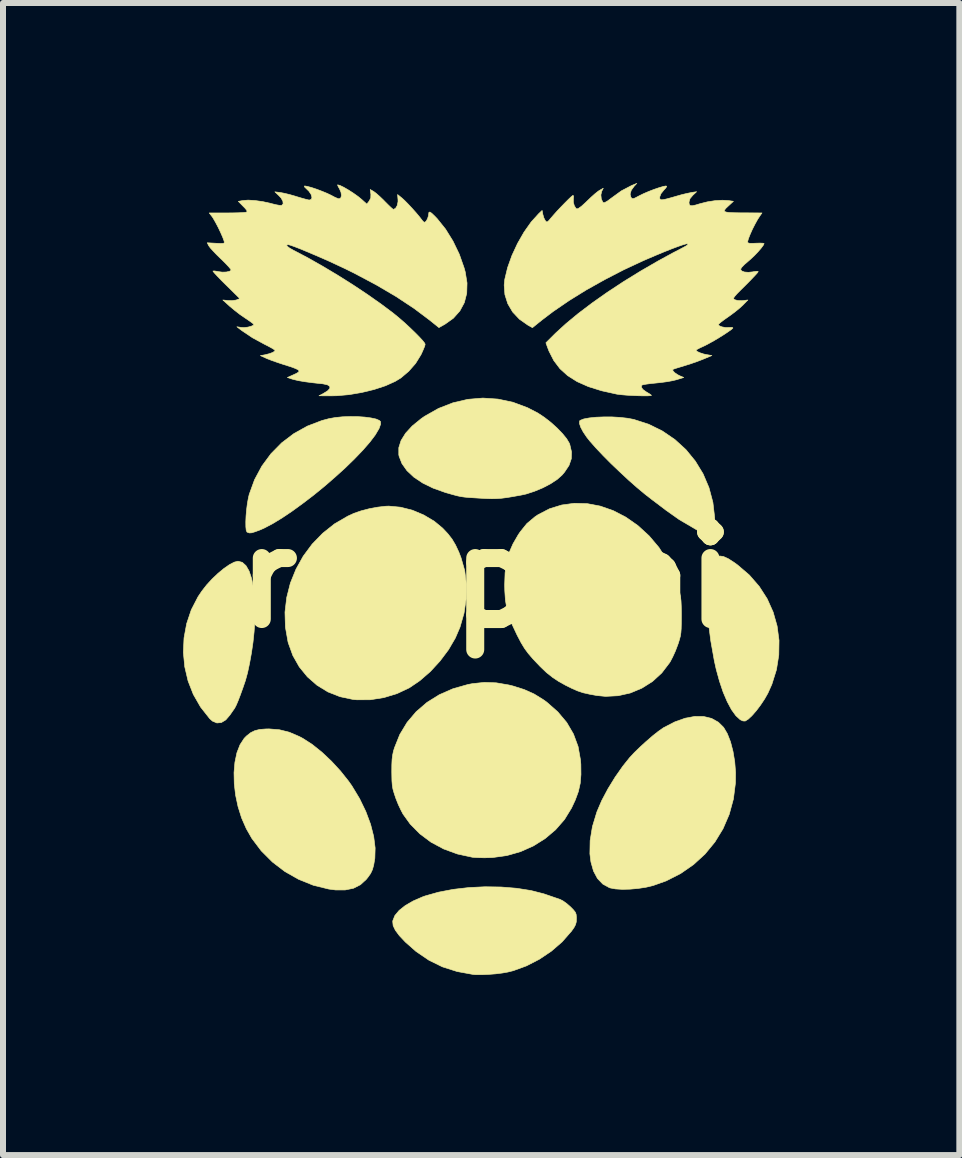
<source format=kicad_pcb>
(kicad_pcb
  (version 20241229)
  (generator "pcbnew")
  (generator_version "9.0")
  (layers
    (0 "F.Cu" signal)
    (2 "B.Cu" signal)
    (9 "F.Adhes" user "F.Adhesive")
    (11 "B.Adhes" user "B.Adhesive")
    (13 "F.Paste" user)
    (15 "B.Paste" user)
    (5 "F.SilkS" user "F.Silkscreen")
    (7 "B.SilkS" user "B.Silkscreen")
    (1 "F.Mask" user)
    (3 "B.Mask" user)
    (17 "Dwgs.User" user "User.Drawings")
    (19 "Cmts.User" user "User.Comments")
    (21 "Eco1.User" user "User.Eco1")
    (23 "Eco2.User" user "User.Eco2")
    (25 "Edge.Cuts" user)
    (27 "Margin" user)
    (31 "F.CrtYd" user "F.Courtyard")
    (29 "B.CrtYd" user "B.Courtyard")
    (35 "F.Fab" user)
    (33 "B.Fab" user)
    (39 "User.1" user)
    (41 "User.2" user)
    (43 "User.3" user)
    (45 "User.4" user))
  (footprint "rasp_pi"
    (layer "F.Cu")
    (at 5.049 6.574)
    (property "Reference" "rasp_pi" (at 0 0 0) (layer "F.SilkS") (effects (font (size 1.524 1.524) (thickness 0.3))))
    (attr through_hole)
    (fp_poly (pts (xy 3.955 -0.352) (xy 4.034 -0.316) (xy 4.135 -0.251) (xy 4.191 -0.21) (xy 4.386 -0.043) (xy 4.55 0.146) (xy 4.683 0.353) (xy 4.782 0.574) (xy 4.848 0.806) (xy 4.88 1.046) (xy 4.876 1.289) (xy 4.837 1.534) (xy 4.761 1.776) (xy 4.694 1.926) (xy 4.638 2.024) (xy 4.572 2.123) (xy 4.502 2.216) (xy 4.432 2.296) (xy 4.369 2.356) (xy 4.318 2.388) (xy 4.316 2.389) (xy 4.278 2.387) (xy 4.234 2.367) (xy 4.161 2.3) (xy 4.088 2.199) (xy 4.017 2.066) (xy 3.949 1.907) (xy 3.888 1.725) (xy 3.833 1.525) (xy 3.802 1.385) (xy 3.743 1.053) (xy 3.704 0.749) (xy 3.686 0.473) (xy 3.689 0.226) (xy 3.712 0.01) (xy 3.755 -0.175) (xy 3.771 -0.219) (xy 3.805 -0.294) (xy 3.845 -0.341) (xy 3.893 -0.361) (xy 3.955 -0.352)) (stroke (width 0.01) (type solid)) (fill yes) (layer "F.SilkS"))
    (fp_poly (pts (xy 2.096 -2.678) (xy 2.23 -2.67) (xy 2.355 -2.656) (xy 2.46 -2.636) (xy 2.708 -2.556) (xy 2.937 -2.443) (xy 3.145 -2.301) (xy 3.329 -2.133) (xy 3.486 -1.941) (xy 3.615 -1.729) (xy 3.713 -1.499) (xy 3.778 -1.255) (xy 3.808 -0.998) (xy 3.81 -0.923) (xy 3.81 -0.723) (xy 3.727 -0.725) (xy 3.642 -0.741) (xy 3.536 -0.783) (xy 3.506 -0.798) (xy 3.215 -0.969) (xy 2.997 -1.123) (xy 2.921 -1.181) (xy 2.842 -1.241) (xy 2.777 -1.29) (xy 2.775 -1.291) (xy 2.654 -1.385) (xy 2.518 -1.498) (xy 2.374 -1.625) (xy 2.228 -1.761) (xy 2.084 -1.898) (xy 1.95 -2.033) (xy 1.83 -2.16) (xy 1.731 -2.272) (xy 1.676 -2.341) (xy 1.618 -2.427) (xy 1.577 -2.504) (xy 1.556 -2.566) (xy 1.557 -2.609) (xy 1.566 -2.62) (xy 1.627 -2.644) (xy 1.718 -2.661) (xy 1.832 -2.673) (xy 1.961 -2.678) (xy 2.096 -2.678)) (stroke (width 0.01) (type solid)) (fill yes) (layer "F.SilkS"))
    (fp_poly (pts (xy -4.062 -0.255) (xy -4.001 -0.2) (xy -3.949 -0.11) (xy -3.908 0.012) (xy -3.877 0.166) (xy -3.859 0.35) (xy -3.852 0.561) (xy -3.855 0.752) (xy -3.866 0.907) (xy -3.884 1.078) (xy -3.91 1.255) (xy -3.941 1.427) (xy -3.974 1.582) (xy -4.009 1.71) (xy -4.012 1.719) (xy -4.052 1.836) (xy -4.092 1.947) (xy -4.129 2.044) (xy -4.161 2.12) (xy -4.186 2.169) (xy -4.19 2.176) (xy -4.221 2.22) (xy -4.259 2.275) (xy -4.267 2.287) (xy -4.337 2.369) (xy -4.411 2.414) (xy -4.485 2.421) (xy -4.559 2.39) (xy -4.605 2.349) (xy -4.757 2.156) (xy -4.878 1.945) (xy -4.966 1.72) (xy -5.021 1.485) (xy -5.044 1.245) (xy -5.033 1.004) (xy -4.989 0.766) (xy -4.912 0.536) (xy -4.8 0.319) (xy -4.737 0.225) (xy -4.656 0.121) (xy -4.564 0.021) (xy -4.466 -0.072) (xy -4.368 -0.153) (xy -4.277 -0.216) (xy -4.197 -0.258) (xy -4.135 -0.274) (xy -4.134 -0.274) (xy -4.062 -0.255)) (stroke (width 0.01) (type solid)) (fill yes) (layer "F.SilkS"))
    (fp_poly (pts (xy -2.14 -2.683) (xy -2.022 -2.675) (xy -1.918 -2.661) (xy -1.834 -2.643) (xy -1.779 -2.619) (xy -1.76 -2.601) (xy -1.758 -2.558) (xy -1.782 -2.489) (xy -1.787 -2.479) (xy -1.848 -2.376) (xy -1.939 -2.256) (xy -2.055 -2.123) (xy -2.192 -1.98) (xy -2.346 -1.83) (xy -2.514 -1.678) (xy -2.689 -1.526) (xy -2.87 -1.378) (xy -3.052 -1.239) (xy -3.229 -1.11) (xy -3.4 -0.995) (xy -3.558 -0.899) (xy -3.701 -0.824) (xy -3.772 -0.793) (xy -3.854 -0.763) (xy -3.908 -0.747) (xy -3.946 -0.745) (xy -3.976 -0.756) (xy -3.984 -0.76) (xy -3.997 -0.788) (xy -4.003 -0.847) (xy -4.004 -0.929) (xy -4 -1.025) (xy -3.991 -1.129) (xy -3.978 -1.232) (xy -3.961 -1.327) (xy -3.947 -1.387) (xy -3.858 -1.632) (xy -3.736 -1.859) (xy -3.585 -2.064) (xy -3.406 -2.246) (xy -3.203 -2.4) (xy -2.978 -2.525) (xy -2.735 -2.618) (xy -2.618 -2.649) (xy -2.511 -2.668) (xy -2.392 -2.68) (xy -2.266 -2.684) (xy -2.14 -2.683)) (stroke (width 0.01) (type solid)) (fill yes) (layer "F.SilkS"))
    (fp_poly (pts (xy -3.444 2.534) (xy -3.28 2.575) (xy -3.112 2.647) (xy -3.052 2.679) (xy -2.897 2.779) (xy -2.736 2.908) (xy -2.576 3.059) (xy -2.425 3.223) (xy -2.29 3.393) (xy -2.236 3.47) (xy -2.108 3.682) (xy -2.004 3.897) (xy -1.925 4.109) (xy -1.873 4.313) (xy -1.849 4.504) (xy -1.854 4.677) (xy -1.856 4.687) (xy -1.873 4.788) (xy -1.894 4.864) (xy -1.924 4.928) (xy -1.969 4.992) (xy -1.997 5.027) (xy -2.094 5.116) (xy -2.21 5.175) (xy -2.348 5.203) (xy -2.509 5.203) (xy -2.622 5.188) (xy -2.879 5.125) (xy -3.124 5.026) (xy -3.353 4.896) (xy -3.561 4.737) (xy -3.746 4.552) (xy -3.903 4.344) (xy -3.996 4.181) (xy -4.074 4.003) (xy -4.133 3.815) (xy -4.174 3.623) (xy -4.196 3.432) (xy -4.2 3.248) (xy -4.185 3.075) (xy -4.152 2.918) (xy -4.1 2.784) (xy -4.03 2.676) (xy -3.991 2.637) (xy -3.923 2.583) (xy -3.853 2.549) (xy -3.773 2.529) (xy -3.67 2.521) (xy -3.615 2.52) (xy -3.444 2.534)) (stroke (width 0.01) (type solid)) (fill yes) (layer "F.SilkS"))
    (fp_poly (pts (xy -1.427 -1.174) (xy -1.229 -1.124) (xy -1.039 -1.044) (xy -0.864 -0.94) (xy -0.724 -0.824) (xy -0.637 -0.731) (xy -0.567 -0.641) (xy -0.509 -0.543) (xy -0.454 -0.425) (xy -0.418 -0.331) (xy -0.356 -0.115) (xy -0.328 0.115) (xy -0.332 0.352) (xy -0.368 0.591) (xy -0.435 0.824) (xy -0.513 1.006) (xy -0.627 1.201) (xy -0.769 1.39) (xy -0.93 1.565) (xy -1.104 1.716) (xy -1.279 1.835) (xy -1.483 1.931) (xy -1.702 1.998) (xy -1.929 2.034) (xy -2.152 2.035) (xy -2.218 2.029) (xy -2.434 1.983) (xy -2.635 1.904) (xy -2.818 1.792) (xy -2.978 1.652) (xy -3.113 1.486) (xy -3.22 1.297) (xy -3.296 1.087) (xy -3.301 1.068) (xy -3.344 0.823) (xy -3.351 0.575) (xy -3.322 0.33) (xy -3.261 0.09) (xy -3.168 -0.14) (xy -3.047 -0.358) (xy -2.898 -0.559) (xy -2.723 -0.739) (xy -2.526 -0.896) (xy -2.306 -1.024) (xy -2.202 -1.072) (xy -2.083 -1.113) (xy -1.945 -1.149) (xy -1.803 -1.175) (xy -1.672 -1.19) (xy -1.621 -1.192) (xy -1.427 -1.174)) (stroke (width 0.01) (type solid)) (fill yes) (layer "F.SilkS"))
    (fp_poly (pts (xy 3.624 2.313) (xy 3.756 2.345) (xy 3.869 2.408) (xy 3.957 2.495) (xy 4.019 2.6) (xy 4.072 2.736) (xy 4.113 2.894) (xy 4.142 3.067) (xy 4.156 3.247) (xy 4.154 3.419) (xy 4.12 3.688) (xy 4.05 3.944) (xy 3.947 4.183) (xy 3.812 4.404) (xy 3.648 4.604) (xy 3.456 4.78) (xy 3.24 4.93) (xy 3 5.052) (xy 2.781 5.13) (xy 2.663 5.158) (xy 2.532 5.178) (xy 2.397 5.19) (xy 2.268 5.193) (xy 2.155 5.186) (xy 2.069 5.17) (xy 2.055 5.166) (xy 1.944 5.105) (xy 1.855 5.012) (xy 1.789 4.888) (xy 1.746 4.736) (xy 1.729 4.601) (xy 1.733 4.38) (xy 1.771 4.148) (xy 1.844 3.907) (xy 1.849 3.894) (xy 1.927 3.712) (xy 2.03 3.518) (xy 2.149 3.324) (xy 2.278 3.14) (xy 2.391 2.999) (xy 2.47 2.914) (xy 2.566 2.821) (xy 2.67 2.726) (xy 2.774 2.636) (xy 2.87 2.56) (xy 2.95 2.504) (xy 2.965 2.495) (xy 3.144 2.403) (xy 3.315 2.342) (xy 3.476 2.312) (xy 3.624 2.313)) (stroke (width 0.01) (type solid)) (fill yes) (layer "F.SilkS"))
    (fp_poly (pts (xy 0.198 -2.975) (xy 0.447 -2.922) (xy 0.689 -2.832) (xy 0.861 -2.743) (xy 0.97 -2.671) (xy 1.079 -2.586) (xy 1.181 -2.494) (xy 1.271 -2.401) (xy 1.342 -2.314) (xy 1.387 -2.238) (xy 1.394 -2.219) (xy 1.423 -2.094) (xy 1.419 -1.98) (xy 1.381 -1.87) (xy 1.307 -1.759) (xy 1.265 -1.709) (xy 1.184 -1.637) (xy 1.073 -1.564) (xy 0.943 -1.496) (xy 0.803 -1.438) (xy 0.664 -1.393) (xy 0.586 -1.376) (xy 0.452 -1.352) (xy 0.345 -1.334) (xy 0.257 -1.323) (xy 0.177 -1.317) (xy 0.094 -1.315) (xy -0.002 -1.318) (xy -0.121 -1.325) (xy -0.186 -1.329) (xy -0.283 -1.335) (xy -0.358 -1.342) (xy -0.422 -1.351) (xy -0.487 -1.365) (xy -0.564 -1.386) (xy -0.666 -1.415) (xy -0.683 -1.42) (xy -0.882 -1.491) (xy -1.056 -1.576) (xy -1.203 -1.674) (xy -1.319 -1.783) (xy -1.402 -1.9) (xy -1.45 -2.023) (xy -1.455 -2.048) (xy -1.455 -2.165) (xy -1.417 -2.285) (xy -1.342 -2.406) (xy -1.231 -2.527) (xy -1.084 -2.647) (xy -1.024 -2.689) (xy -0.794 -2.819) (xy -0.553 -2.913) (xy -0.305 -2.971) (xy -0.054 -2.992) (xy 0.198 -2.975)) (stroke (width 0.01) (type solid)) (fill yes) (layer "F.SilkS"))
    (fp_poly (pts (xy 0.25 5.154) (xy 0.507 5.175) (xy 0.748 5.213) (xy 0.963 5.268) (xy 0.994 5.279) (xy 1.079 5.308) (xy 1.157 5.335) (xy 1.217 5.355) (xy 1.231 5.36) (xy 1.28 5.385) (xy 1.342 5.429) (xy 1.402 5.481) (xy 1.455 5.535) (xy 1.486 5.574) (xy 1.5 5.611) (xy 1.504 5.657) (xy 1.504 5.68) (xy 1.502 5.736) (xy 1.489 5.783) (xy 1.463 5.832) (xy 1.416 5.898) (xy 1.415 5.898) (xy 1.266 6.068) (xy 1.087 6.223) (xy 0.886 6.358) (xy 0.672 6.468) (xy 0.453 6.548) (xy 0.361 6.571) (xy 0.27 6.587) (xy 0.158 6.601) (xy 0.039 6.61) (xy -0.074 6.615) (xy -0.17 6.615) (xy -0.215 6.611) (xy -0.483 6.562) (xy -0.728 6.484) (xy -0.954 6.373) (xy -1.167 6.228) (xy -1.345 6.071) (xy -1.445 5.965) (xy -1.512 5.875) (xy -1.549 5.798) (xy -1.556 5.729) (xy -1.554 5.714) (xy -1.52 5.629) (xy -1.449 5.544) (xy -1.347 5.463) (xy -1.216 5.387) (xy -1.06 5.319) (xy -1.016 5.303) (xy -0.793 5.24) (xy -0.547 5.193) (xy -0.286 5.163) (xy -0.018 5.15) (xy 0.25 5.154)) (stroke (width 0.01) (type solid)) (fill yes) (layer "F.SilkS"))
    (fp_poly (pts (xy 0.168 1.752) (xy 0.378 1.788) (xy 0.444 1.804) (xy 0.634 1.864) (xy 0.799 1.938) (xy 0.953 2.033) (xy 1.01 2.074) (xy 1.194 2.236) (xy 1.343 2.413) (xy 1.455 2.605) (xy 1.532 2.813) (xy 1.572 3.036) (xy 1.578 3.109) (xy 1.58 3.279) (xy 1.568 3.426) (xy 1.537 3.564) (xy 1.485 3.705) (xy 1.423 3.838) (xy 1.306 4.029) (xy 1.158 4.199) (xy 0.983 4.347) (xy 0.787 4.47) (xy 0.573 4.565) (xy 0.345 4.63) (xy 0.107 4.663) (xy -0.029 4.667) (xy -0.11 4.665) (xy -0.182 4.662) (xy -0.23 4.658) (xy -0.234 4.657) (xy -0.478 4.604) (xy -0.707 4.52) (xy -0.917 4.408) (xy -1.104 4.268) (xy -1.265 4.105) (xy -1.385 3.938) (xy -1.421 3.869) (xy -1.463 3.78) (xy -1.501 3.685) (xy -1.51 3.66) (xy -1.535 3.584) (xy -1.553 3.521) (xy -1.563 3.46) (xy -1.569 3.388) (xy -1.571 3.294) (xy -1.572 3.234) (xy -1.571 3.118) (xy -1.567 3.03) (xy -1.558 2.958) (xy -1.544 2.891) (xy -1.527 2.835) (xy -1.438 2.613) (xy -1.316 2.411) (xy -1.165 2.233) (xy -0.986 2.079) (xy -0.781 1.951) (xy -0.553 1.851) (xy -0.303 1.78) (xy -0.229 1.766) (xy -0.03 1.745) (xy 0.168 1.752)) (stroke (width 0.01) (type solid)) (fill yes) (layer "F.SilkS"))
    (fp_poly (pts (xy 1.686 -1.233) (xy 1.902 -1.192) (xy 2.117 -1.117) (xy 2.326 -1.009) (xy 2.527 -0.869) (xy 2.716 -0.696) (xy 2.716 -0.696) (xy 2.879 -0.503) (xy 3.019 -0.283) (xy 3.133 -0.043) (xy 3.207 0.176) (xy 3.225 0.248) (xy 3.238 0.315) (xy 3.247 0.387) (xy 3.251 0.474) (xy 3.253 0.585) (xy 3.253 0.645) (xy 3.252 0.762) (xy 3.25 0.85) (xy 3.245 0.918) (xy 3.236 0.975) (xy 3.221 1.032) (xy 3.201 1.096) (xy 3.19 1.126) (xy 3.154 1.221) (xy 3.11 1.318) (xy 3.068 1.399) (xy 3.055 1.419) (xy 2.926 1.588) (xy 2.771 1.73) (xy 2.595 1.841) (xy 2.404 1.921) (xy 2.2 1.967) (xy 1.99 1.978) (xy 1.846 1.964) (xy 1.72 1.941) (xy 1.618 1.918) (xy 1.527 1.888) (xy 1.433 1.847) (xy 1.322 1.792) (xy 1.206 1.727) (xy 1.104 1.659) (xy 1.006 1.581) (xy 0.905 1.485) (xy 0.791 1.365) (xy 0.778 1.351) (xy 0.704 1.265) (xy 0.642 1.181) (xy 0.584 1.086) (xy 0.522 0.968) (xy 0.513 0.95) (xy 0.437 0.788) (xy 0.381 0.645) (xy 0.344 0.509) (xy 0.321 0.37) (xy 0.311 0.216) (xy 0.309 0.119) (xy 0.316 -0.081) (xy 0.339 -0.254) (xy 0.381 -0.411) (xy 0.447 -0.562) (xy 0.537 -0.718) (xy 0.568 -0.763) (xy 0.679 -0.901) (xy 0.815 -1.015) (xy 0.864 -1.048) (xy 1.057 -1.148) (xy 1.261 -1.211) (xy 1.471 -1.239) (xy 1.686 -1.233)) (stroke (width 0.01) (type solid)) (fill yes) (layer "F.SilkS"))
    (fp_poly (pts (xy -2.434 -6.534) (xy -2.372 -6.504) (xy -2.296 -6.46) (xy -2.215 -6.408) (xy -2.137 -6.353) (xy -2.072 -6.3) (xy -2.07 -6.298) (xy -1.988 -6.224) (xy -1.95 -6.272) (xy -1.922 -6.324) (xy -1.92 -6.388) (xy -1.921 -6.394) (xy -1.931 -6.467) (xy -1.872 -6.433) (xy -1.833 -6.404) (xy -1.776 -6.354) (xy -1.713 -6.294) (xy -1.687 -6.267) (xy -1.63 -6.21) (xy -1.583 -6.165) (xy -1.552 -6.139) (xy -1.545 -6.135) (xy -1.509 -6.153) (xy -1.482 -6.198) (xy -1.468 -6.261) (xy -1.468 -6.297) (xy -1.475 -6.383) (xy -1.402 -6.324) (xy -1.357 -6.283) (xy -1.297 -6.222) (xy -1.23 -6.15) (xy -1.164 -6.076) (xy -1.109 -6.01) (xy -1.071 -5.961) (xy -1.067 -5.955) (xy -1.041 -5.927) (xy -1.024 -5.92) (xy -1.001 -5.937) (xy -0.977 -5.978) (xy -0.961 -6.028) (xy -0.957 -6.058) (xy -0.953 -6.086) (xy -0.937 -6.092) (xy -0.906 -6.071) (xy -0.857 -6.024) (xy -0.814 -5.979) (xy -0.676 -5.807) (xy -0.552 -5.607) (xy -0.447 -5.389) (xy -0.367 -5.162) (xy -0.348 -5.094) (xy -0.318 -4.909) (xy -0.323 -4.738) (xy -0.363 -4.582) (xy -0.438 -4.443) (xy -0.546 -4.322) (xy -0.685 -4.223) (xy -0.786 -4.166) (xy -0.94 -4.29) (xy -1.201 -4.486) (xy -1.499 -4.683) (xy -1.831 -4.878) (xy -2.196 -5.072) (xy -2.354 -5.15) (xy -2.472 -5.205) (xy -2.598 -5.264) (xy -2.729 -5.322) (xy -2.859 -5.378) (xy -2.982 -5.43) (xy -3.092 -5.476) (xy -3.185 -5.512) (xy -3.255 -5.537) (xy -3.295 -5.548) (xy -3.3 -5.549) (xy -3.323 -5.541) (xy -3.313 -5.521) (xy -3.273 -5.49) (xy -3.206 -5.452) (xy -3.199 -5.449) (xy -2.971 -5.329) (xy -2.726 -5.19) (xy -2.473 -5.039) (xy -2.221 -4.88) (xy -1.979 -4.719) (xy -1.754 -4.561) (xy -1.556 -4.413) (xy -1.53 -4.392) (xy -1.444 -4.321) (xy -1.354 -4.243) (xy -1.266 -4.161) (xy -1.184 -4.082) (xy -1.113 -4.01) (xy -1.058 -3.95) (xy -1.024 -3.907) (xy -1.016 -3.888) (xy -1.024 -3.855) (xy -1.047 -3.799) (xy -1.078 -3.729) (xy -1.088 -3.71) (xy -1.175 -3.569) (xy -1.29 -3.438) (xy -1.421 -3.327) (xy -1.515 -3.27) (xy -1.677 -3.197) (xy -1.866 -3.135) (xy -2.072 -3.085) (xy -2.283 -3.049) (xy -2.488 -3.031) (xy -2.577 -3.029) (xy -2.784 -3.03) (xy -2.714 -3.067) (xy -2.639 -3.114) (xy -2.603 -3.154) (xy -2.605 -3.188) (xy -2.645 -3.213) (xy -2.723 -3.23) (xy -2.749 -3.232) (xy -2.888 -3.247) (xy -3.018 -3.264) (xy -3.129 -3.283) (xy -3.214 -3.303) (xy -3.24 -3.311) (xy -3.311 -3.335) (xy -3.221 -3.375) (xy -3.162 -3.402) (xy -3.126 -3.424) (xy -3.116 -3.444) (xy -3.133 -3.464) (xy -3.18 -3.486) (xy -3.259 -3.515) (xy -3.374 -3.551) (xy -3.38 -3.553) (xy -3.473 -3.584) (xy -3.565 -3.616) (xy -3.64 -3.645) (xy -3.663 -3.655) (xy -3.761 -3.699) (xy -3.679 -3.714) (xy -3.606 -3.733) (xy -3.549 -3.755) (xy -3.519 -3.779) (xy -3.517 -3.787) (xy -3.533 -3.801) (xy -3.577 -3.828) (xy -3.642 -3.863) (xy -3.688 -3.886) (xy -3.891 -3.996) (xy -4.064 -4.112) (xy -4.103 -4.141) (xy -4.152 -4.18) (xy -4.081 -4.169) (xy -4.029 -4.167) (xy -3.969 -4.174) (xy -3.915 -4.188) (xy -3.878 -4.205) (xy -3.869 -4.217) (xy -3.884 -4.233) (xy -3.925 -4.264) (xy -3.984 -4.305) (xy -4.013 -4.324) (xy -4.099 -4.383) (xy -4.189 -4.453) (xy -4.266 -4.517) (xy -4.272 -4.522) (xy -4.386 -4.626) (xy -4.298 -4.617) (xy -4.231 -4.616) (xy -4.17 -4.624) (xy -4.157 -4.628) (xy -4.103 -4.649) (xy -4.331 -4.874) (xy -4.407 -4.949) (xy -4.471 -5.015) (xy -4.519 -5.067) (xy -4.546 -5.099) (xy -4.551 -5.108) (xy -4.528 -5.11) (xy -4.482 -5.103) (xy -4.464 -5.099) (xy -4.396 -5.09) (xy -4.329 -5.092) (xy -4.274 -5.104) (xy -4.248 -5.122) (xy -4.257 -5.141) (xy -4.29 -5.181) (xy -4.342 -5.236) (xy -4.407 -5.301) (xy -4.416 -5.309) (xy -4.487 -5.378) (xy -4.549 -5.443) (xy -4.596 -5.495) (xy -4.62 -5.528) (xy -4.621 -5.529) (xy -4.646 -5.579) (xy -4.5 -5.571) (xy -4.425 -5.568) (xy -4.382 -5.569) (xy -4.364 -5.576) (xy -4.362 -5.592) (xy -4.366 -5.61) (xy -4.388 -5.67) (xy -4.423 -5.75) (xy -4.465 -5.838) (xy -4.509 -5.921) (xy -4.547 -5.987) (xy -4.564 -6.013) (xy -4.613 -6.076) (xy -4.321 -6.076) (xy -4.215 -6.077) (xy -4.123 -6.079) (xy -4.05 -6.083) (xy -4.005 -6.087) (xy -3.996 -6.089) (xy -3.982 -6.1) (xy -3.989 -6.122) (xy -4.021 -6.16) (xy -4.046 -6.185) (xy -4.128 -6.269) (xy -4.055 -6.283) (xy -3.965 -6.29) (xy -3.85 -6.283) (xy -3.722 -6.265) (xy -3.592 -6.236) (xy -3.577 -6.232) (xy -3.505 -6.214) (xy -3.445 -6.203) (xy -3.409 -6.201) (xy -3.406 -6.202) (xy -3.382 -6.228) (xy -3.386 -6.271) (xy -3.415 -6.324) (xy -3.45 -6.362) (xy -3.519 -6.428) (xy -3.425 -6.416) (xy -3.363 -6.404) (xy -3.279 -6.384) (xy -3.188 -6.358) (xy -3.153 -6.347) (xy -3.073 -6.323) (xy -3.004 -6.304) (xy -2.958 -6.293) (xy -2.945 -6.291) (xy -2.911 -6.304) (xy -2.902 -6.338) (xy -2.916 -6.385) (xy -2.952 -6.438) (xy -2.989 -6.474) (xy -3.024 -6.508) (xy -3.028 -6.524) (xy -3.021 -6.526) (xy -2.976 -6.518) (xy -2.906 -6.499) (xy -2.822 -6.471) (xy -2.733 -6.437) (xy -2.65 -6.403) (xy -2.585 -6.372) (xy -2.581 -6.37) (xy -2.521 -6.338) (xy -2.472 -6.317) (xy -2.449 -6.311) (xy -2.421 -6.327) (xy -2.41 -6.367) (xy -2.418 -6.421) (xy -2.442 -6.476) (xy -2.466 -6.519) (xy -2.475 -6.543) (xy -2.474 -6.545) (xy -2.434 -6.534)) (stroke (width 0.01) (type solid)) (fill yes) (layer "F.SilkS"))
    (fp_poly (pts (xy 2.468 -6.523) (xy 2.418 -6.454) (xy 2.399 -6.39) (xy 2.412 -6.339) (xy 2.413 -6.337) (xy 2.429 -6.319) (xy 2.449 -6.314) (xy 2.48 -6.325) (xy 2.534 -6.353) (xy 2.553 -6.363) (xy 2.622 -6.397) (xy 2.706 -6.433) (xy 2.796 -6.468) (xy 2.881 -6.497) (xy 2.952 -6.518) (xy 2.997 -6.526) (xy 2.998 -6.526) (xy 3.009 -6.516) (xy 2.989 -6.487) (xy 2.961 -6.457) (xy 2.912 -6.396) (xy 2.892 -6.342) (xy 2.892 -6.337) (xy 2.894 -6.313) (xy 2.904 -6.299) (xy 2.928 -6.295) (xy 2.971 -6.301) (xy 3.039 -6.318) (xy 3.138 -6.346) (xy 3.165 -6.354) (xy 3.253 -6.379) (xy 3.339 -6.4) (xy 3.407 -6.414) (xy 3.419 -6.417) (xy 3.507 -6.43) (xy 3.444 -6.371) (xy 3.396 -6.314) (xy 3.38 -6.257) (xy 3.38 -6.253) (xy 3.384 -6.218) (xy 3.399 -6.199) (xy 3.432 -6.196) (xy 3.49 -6.208) (xy 3.566 -6.231) (xy 3.686 -6.261) (xy 3.815 -6.281) (xy 3.937 -6.288) (xy 4.033 -6.283) (xy 4.12 -6.27) (xy 4.032 -6.189) (xy 3.993 -6.152) (xy 3.972 -6.124) (xy 3.971 -6.105) (xy 3.993 -6.092) (xy 4.042 -6.084) (xy 4.122 -6.08) (xy 4.236 -6.078) (xy 4.306 -6.078) (xy 4.596 -6.076) (xy 4.565 -6.032) (xy 4.523 -5.968) (xy 4.479 -5.888) (xy 4.435 -5.802) (xy 4.398 -5.718) (xy 4.37 -5.647) (xy 4.357 -5.599) (xy 4.357 -5.592) (xy 4.365 -5.577) (xy 4.392 -5.57) (xy 4.447 -5.57) (xy 4.494 -5.572) (xy 4.561 -5.574) (xy 4.61 -5.572) (xy 4.63 -5.567) (xy 4.631 -5.566) (xy 4.617 -5.537) (xy 4.581 -5.488) (xy 4.53 -5.429) (xy 4.47 -5.366) (xy 4.407 -5.307) (xy 4.359 -5.265) (xy 4.302 -5.216) (xy 4.26 -5.172) (xy 4.24 -5.141) (xy 4.24 -5.138) (xy 4.257 -5.11) (xy 4.304 -5.092) (xy 4.37 -5.087) (xy 4.446 -5.095) (xy 4.453 -5.097) (xy 4.502 -5.104) (xy 4.53 -5.102) (xy 4.533 -5.098) (xy 4.52 -5.079) (xy 4.483 -5.038) (xy 4.428 -4.98) (xy 4.36 -4.91) (xy 4.317 -4.867) (xy 4.235 -4.786) (xy 4.178 -4.728) (xy 4.143 -4.688) (xy 4.126 -4.663) (xy 4.124 -4.646) (xy 4.134 -4.635) (xy 4.144 -4.63) (xy 4.192 -4.617) (xy 4.258 -4.615) (xy 4.274 -4.616) (xy 4.361 -4.626) (xy 4.276 -4.539) (xy 4.221 -4.489) (xy 4.145 -4.427) (xy 4.063 -4.366) (xy 4.03 -4.343) (xy 3.962 -4.295) (xy 3.908 -4.254) (xy 3.875 -4.225) (xy 3.869 -4.216) (xy 3.886 -4.195) (xy 3.93 -4.178) (xy 3.988 -4.167) (xy 4.047 -4.168) (xy 4.049 -4.168) (xy 4.098 -4.17) (xy 4.112 -4.16) (xy 4.11 -4.157) (xy 4.085 -4.134) (xy 4.033 -4.097) (xy 3.963 -4.05) (xy 3.881 -3.999) (xy 3.796 -3.948) (xy 3.715 -3.903) (xy 3.647 -3.867) (xy 3.621 -3.855) (xy 3.56 -3.827) (xy 3.515 -3.803) (xy 3.497 -3.79) (xy 3.497 -3.789) (xy 3.515 -3.769) (xy 3.561 -3.747) (xy 3.625 -3.726) (xy 3.673 -3.716) (xy 3.761 -3.701) (xy 3.614 -3.639) (xy 3.521 -3.603) (xy 3.412 -3.565) (xy 3.308 -3.532) (xy 3.292 -3.527) (xy 3.215 -3.504) (xy 3.154 -3.485) (xy 3.117 -3.472) (xy 3.11 -3.468) (xy 3.112 -3.447) (xy 3.14 -3.416) (xy 3.186 -3.384) (xy 3.224 -3.364) (xy 3.292 -3.335) (xy 3.177 -3.299) (xy 3.108 -3.282) (xy 3.015 -3.265) (xy 2.91 -3.251) (xy 2.835 -3.243) (xy 2.745 -3.234) (xy 2.669 -3.224) (xy 2.615 -3.214) (xy 2.594 -3.207) (xy 2.585 -3.175) (xy 2.611 -3.136) (xy 2.669 -3.094) (xy 2.678 -3.089) (xy 2.724 -3.061) (xy 2.751 -3.041) (xy 2.755 -3.037) (xy 2.737 -3.032) (xy 2.688 -3.029) (xy 2.616 -3.029) (xy 2.529 -3.031) (xy 2.435 -3.035) (xy 2.343 -3.04) (xy 2.26 -3.047) (xy 2.194 -3.055) (xy 2.179 -3.057) (xy 1.923 -3.114) (xy 1.703 -3.183) (xy 1.516 -3.266) (xy 1.359 -3.365) (xy 1.23 -3.482) (xy 1.127 -3.618) (xy 1.047 -3.775) (xy 1.024 -3.835) (xy 0.996 -3.913) (xy 1.157 -4.073) (xy 1.33 -4.231) (xy 1.534 -4.4) (xy 1.765 -4.575) (xy 2.019 -4.754) (xy 2.291 -4.933) (xy 2.575 -5.108) (xy 2.867 -5.277) (xy 3.116 -5.413) (xy 3.215 -5.464) (xy 3.284 -5.501) (xy 3.328 -5.525) (xy 3.352 -5.54) (xy 3.361 -5.549) (xy 3.361 -5.556) (xy 3.354 -5.562) (xy 3.354 -5.562) (xy 3.331 -5.561) (xy 3.276 -5.545) (xy 3.195 -5.517) (xy 3.091 -5.478) (xy 2.97 -5.43) (xy 2.835 -5.374) (xy 2.692 -5.313) (xy 2.618 -5.281) (xy 2.292 -5.129) (xy 1.973 -4.964) (xy 1.666 -4.792) (xy 1.379 -4.614) (xy 1.119 -4.436) (xy 0.928 -4.291) (xy 0.772 -4.165) (xy 0.696 -4.207) (xy 0.555 -4.306) (xy 0.442 -4.426) (xy 0.361 -4.564) (xy 0.313 -4.715) (xy 0.301 -4.875) (xy 0.311 -4.971) (xy 0.358 -5.166) (xy 0.43 -5.367) (xy 0.523 -5.567) (xy 0.631 -5.756) (xy 0.75 -5.925) (xy 0.875 -6.063) (xy 0.933 -6.118) (xy 0.945 -6.052) (xy 0.962 -5.994) (xy 0.986 -5.948) (xy 0.986 -5.948) (xy 1.004 -5.928) (xy 1.021 -5.928) (xy 1.047 -5.951) (xy 1.078 -5.989) (xy 1.124 -6.042) (xy 1.181 -6.106) (xy 1.245 -6.174) (xy 1.31 -6.241) (xy 1.368 -6.299) (xy 1.414 -6.343) (xy 1.443 -6.367) (xy 1.449 -6.37) (xy 1.457 -6.353) (xy 1.454 -6.316) (xy 1.453 -6.256) (xy 1.469 -6.197) (xy 1.496 -6.154) (xy 1.512 -6.143) (xy 1.539 -6.152) (xy 1.588 -6.187) (xy 1.653 -6.246) (xy 1.683 -6.275) (xy 1.751 -6.34) (xy 1.815 -6.397) (xy 1.868 -6.439) (xy 1.89 -6.453) (xy 1.952 -6.488) (xy 1.926 -6.437) (xy 1.912 -6.377) (xy 1.919 -6.308) (xy 1.946 -6.253) (xy 1.951 -6.247) (xy 1.976 -6.249) (xy 2.022 -6.275) (xy 2.078 -6.317) (xy 2.253 -6.444) (xy 2.425 -6.534) (xy 2.433 -6.537) (xy 2.511 -6.569) (xy 2.468 -6.523)) (stroke (width 0.01) (type solid)) (fill yes) (layer "F.SilkS")))
  (gr_rect
    (start -3 -3)
    (end 12.933 16.194)
    (stroke (width 0.1) (type default))
    (fill no)
    (layer "Edge.Cuts")))
</source>
